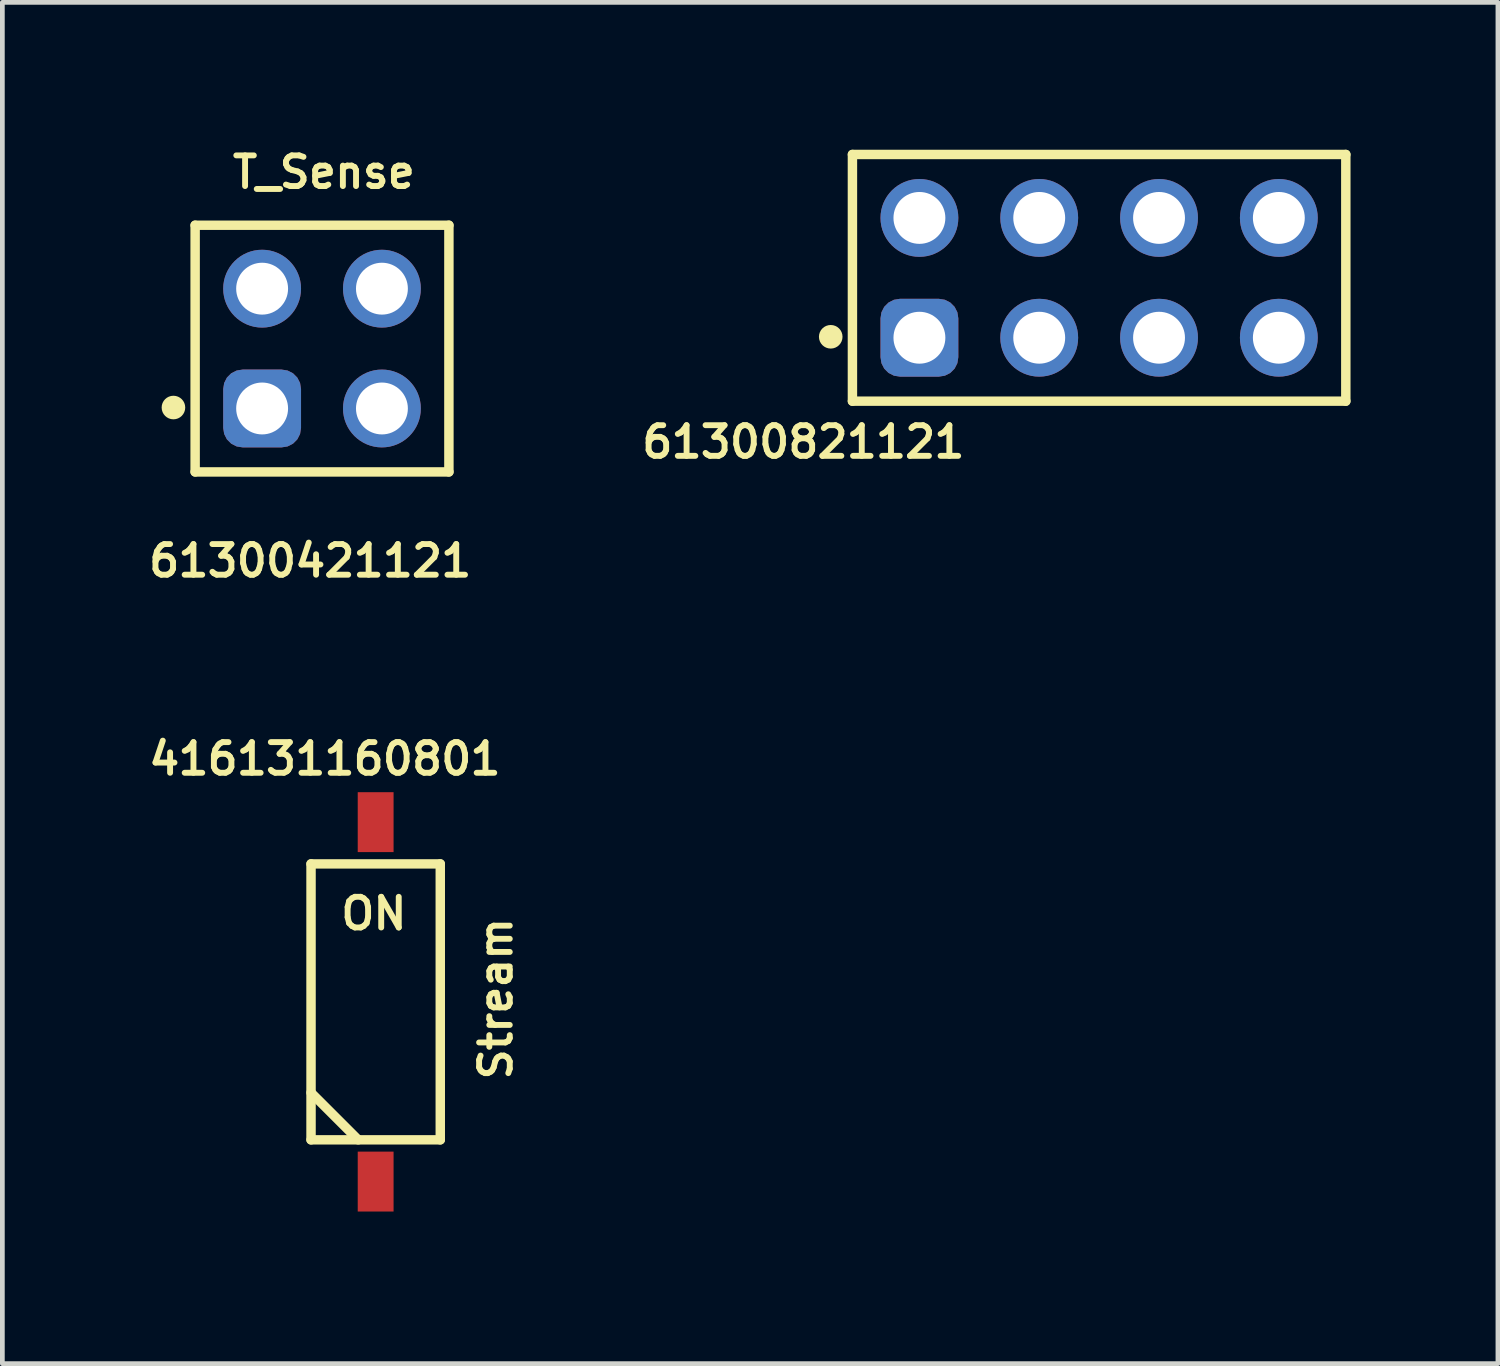
<source format=kicad_pcb>
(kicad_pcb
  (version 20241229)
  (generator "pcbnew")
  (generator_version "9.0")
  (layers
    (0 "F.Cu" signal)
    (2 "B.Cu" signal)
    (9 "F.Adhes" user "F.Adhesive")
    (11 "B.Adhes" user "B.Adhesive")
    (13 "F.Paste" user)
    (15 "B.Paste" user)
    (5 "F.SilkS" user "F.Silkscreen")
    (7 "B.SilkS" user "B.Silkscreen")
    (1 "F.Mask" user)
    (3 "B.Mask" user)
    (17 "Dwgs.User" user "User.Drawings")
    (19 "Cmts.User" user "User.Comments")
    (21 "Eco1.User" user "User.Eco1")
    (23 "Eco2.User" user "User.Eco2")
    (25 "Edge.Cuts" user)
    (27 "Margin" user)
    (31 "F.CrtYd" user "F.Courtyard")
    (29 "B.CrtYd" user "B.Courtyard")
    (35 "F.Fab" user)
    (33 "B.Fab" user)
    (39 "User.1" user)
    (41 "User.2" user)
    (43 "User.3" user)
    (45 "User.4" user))
  (footprint "61300421121"
    (layer "F.Cu")
    (at 3.777 4.34)
    (property "Reference" "61300421121" (at -0.25 4.5 180) (layer "F.SilkS") (effects (font (size 0.65 0.65) (thickness 0.125))))
    (property "Description" "T_Sense" (at 0.04 -3.74 180) (layer "F.SilkS") (effects (font (size 0.65 0.65) (thickness 0.125))))
    (fp_line (start -2.69 -2.615) (end 2.69 -2.615) (stroke (width 0.2) (type solid)) (layer "F.SilkS"))
    (fp_line (start -2.69 2.615) (end -2.69 -2.615) (stroke (width 0.2) (type solid)) (layer "F.SilkS"))
    (fp_line (start -2.69 2.615) (end 2.69 2.615) (stroke (width 0.2) (type solid)) (layer "F.SilkS"))
    (fp_line (start 2.69 2.615) (end 2.69 -2.615) (stroke (width 0.2) (type solid)) (layer "F.SilkS"))
    (fp_circle (center -3.15 1.25) (end -3.15 1.125) (stroke (width 0.25) (type solid)) (fill no) (layer "F.SilkS"))
    (fp_line (start -2.89 -2.815) (end 2.89 -2.815) (stroke (width 0.05) (type solid)) (layer "Eco2.User"))
    (fp_line (start -2.89 2.815) (end -2.89 -2.815) (stroke (width 0.05) (type solid)) (layer "Eco2.User"))
    (fp_line (start -2.89 2.815) (end 2.89 2.815) (stroke (width 0.05) (type solid)) (layer "Eco2.User"))
    (fp_line (start -0.5 0) (end 0.5 0) (stroke (width 0.05) (type solid)) (layer "Eco2.User"))
    (fp_line (start 0 0.5) (end 0 -0.5) (stroke (width 0.05) (type solid)) (layer "Eco2.User"))
    (fp_line (start 2.89 2.815) (end 2.89 -2.815) (stroke (width 0.05) (type solid)) (layer "Eco2.User"))
    (fp_line (start -2.54 -2.54) (end 2.54 -2.54) (stroke (width 0.1) (type solid)) (layer "User.11"))
    (fp_line (start -2.54 2.54) (end -2.54 -2.54) (stroke (width 0.1) (type solid)) (layer "User.11"))
    (fp_line (start -2.54 2.54) (end 2.54 2.54) (stroke (width 0.1) (type solid)) (layer "User.11"))
    (fp_line (start 2.54 2.54) (end 2.54 -2.54) (stroke (width 0.1) (type solid)) (layer "User.11"))
    (fp_text user "${REFERENCE}" (at 0.15 -0.197 0) (unlocked yes) (layer "User.3") (effects (font (size 0.65 0.65) (thickness 0.125))))
    (pad "1" thru_hole roundrect (at -1.27 1.27) (size 1.65 1.65) (drill 1.1) (layers "*.Cu" "*.Mask") (roundrect_rratio 0.25))
    (pad "2" thru_hole circle (at -1.27 -1.27) (size 1.65 1.65) (drill 1.1) (layers "*.Cu" "*.Mask"))
    (pad "3" thru_hole circle (at 1.27 1.27) (size 1.65 1.65) (drill 1.1) (layers "*.Cu" "*.Mask"))
    (pad "4" thru_hole circle (at 1.27 -1.27) (size 1.65 1.65) (drill 1.1) (layers "*.Cu" "*.Mask")))
  (footprint "61300821121"
    (layer "F.Cu")
    (at 20.252 2.84)
    (property "Reference" "61300821121" (at -6.27 3.48 180) (layer "F.SilkS") (effects (font (size 0.65 0.65) (thickness 0.125) (bold yes))))
    (fp_line (start -5.23 -2.615) (end 5.23 -2.615) (stroke (width 0.2) (type solid)) (layer "F.SilkS"))
    (fp_line (start -5.23 2.615) (end -5.23 -2.615) (stroke (width 0.2) (type solid)) (layer "F.SilkS"))
    (fp_line (start -5.23 2.615) (end 5.23 2.615) (stroke (width 0.2) (type solid)) (layer "F.SilkS"))
    (fp_line (start 5.23 2.615) (end 5.23 -2.615) (stroke (width 0.2) (type solid)) (layer "F.SilkS"))
    (fp_circle (center -5.69 1.25) (end -5.69 1.125) (stroke (width 0.25) (type solid)) (fill no) (layer "F.SilkS"))
    (fp_line (start -5.43 -2.815) (end 5.43 -2.815) (stroke (width 0.05) (type solid)) (layer "Eco2.User"))
    (fp_line (start -5.43 2.815) (end -5.43 -2.815) (stroke (width 0.05) (type solid)) (layer "Eco2.User"))
    (fp_line (start -5.43 2.815) (end 5.43 2.815) (stroke (width 0.05) (type solid)) (layer "Eco2.User"))
    (fp_line (start -0.5 0) (end 0.5 0) (stroke (width 0.05) (type solid)) (layer "Eco2.User"))
    (fp_line (start 0 0.5) (end 0 -0.5) (stroke (width 0.05) (type solid)) (layer "Eco2.User"))
    (fp_line (start 5.43 2.815) (end 5.43 -2.815) (stroke (width 0.05) (type solid)) (layer "Eco2.User"))
    (fp_line (start -5.08 -2.54) (end 5.08 -2.54) (stroke (width 0.1) (type solid)) (layer "User.11"))
    (fp_line (start -5.08 2.54) (end -5.08 -2.54) (stroke (width 0.1) (type solid)) (layer "User.11"))
    (fp_line (start -5.08 2.54) (end 5.08 2.54) (stroke (width 0.1) (type solid)) (layer "User.11"))
    (fp_line (start 5.08 2.54) (end 5.08 -2.54) (stroke (width 0.1) (type solid)) (layer "User.11"))
    (fp_text user "${REFERENCE}" (at 0.15 -0.197 0) (unlocked yes) (layer "User.3") (effects (font (size 0.65 0.65) (thickness 0.125))))
    (pad "1" thru_hole roundrect (at -3.81 1.27) (size 1.65 1.65) (drill 1.1) (layers "*.Cu" "*.Mask") (roundrect_rratio 0.25))
    (pad "2" thru_hole circle (at -3.81 -1.27) (size 1.65 1.65) (drill 1.1) (layers "*.Cu" "*.Mask"))
    (pad "3" thru_hole circle (at -1.27 1.27) (size 1.65 1.65) (drill 1.1) (layers "*.Cu" "*.Mask"))
    (pad "4" thru_hole circle (at -1.27 -1.27) (size 1.65 1.65) (drill 1.1) (layers "*.Cu" "*.Mask"))
    (pad "5" thru_hole circle (at 1.27 1.27) (size 1.65 1.65) (drill 1.1) (layers "*.Cu" "*.Mask"))
    (pad "6" thru_hole circle (at 1.27 -1.27) (size 1.65 1.65) (drill 1.1) (layers "*.Cu" "*.Mask"))
    (pad "7" thru_hole circle (at 3.81 1.27) (size 1.65 1.65) (drill 1.1) (layers "*.Cu" "*.Mask"))
    (pad "8" thru_hole circle (at 3.81 -1.27) (size 1.65 1.65) (drill 1.1) (layers "*.Cu" "*.Mask")))
  (footprint "416131160801"
    (layer "F.Cu")
    (at 4.914 18.19)
    (property "Reference" "416131160801" (at -1.077 -5.151 180) (layer "F.SilkS") (effects (font (size 0.65 0.65) (thickness 0.125))))
    (property "Description" "Stream" (at 2.549 -0.068 90) (layer "F.SilkS") (effects (font (size 0.65 0.65) (thickness 0.125))))
    (fp_line (start -1.37 -2.925) (end 1.37 -2.925) (stroke (width 0.2) (type solid)) (layer "F.SilkS"))
    (fp_line (start -1.37 1.925) (end -0.37 2.925) (stroke (width 0.2) (type solid)) (layer "F.SilkS"))
    (fp_line (start -1.37 2.925) (end -1.37 -2.925) (stroke (width 0.2) (type solid)) (layer "F.SilkS"))
    (fp_line (start -1.37 2.925) (end 1.37 2.925) (stroke (width 0.2) (type solid)) (layer "F.SilkS"))
    (fp_line (start 1.37 2.925) (end 1.37 -2.925) (stroke (width 0.2) (type solid)) (layer "F.SilkS"))
    (fp_line (start -1.57 -4.645) (end 1.57 -4.645) (stroke (width 0.05) (type solid)) (layer "Eco2.User"))
    (fp_line (start -1.57 4.645) (end -1.57 -4.645) (stroke (width 0.05) (type solid)) (layer "Eco2.User"))
    (fp_line (start -1.57 4.645) (end 1.57 4.645) (stroke (width 0.05) (type solid)) (layer "Eco2.User"))
    (fp_line (start -0.5 0) (end 0.5 0) (stroke (width 0.05) (type solid)) (layer "Eco2.User"))
    (fp_line (start 0 0.5) (end 0 -0.5) (stroke (width 0.05) (type solid)) (layer "Eco2.User"))
    (fp_line (start 1.57 4.645) (end 1.57 -4.645) (stroke (width 0.05) (type solid)) (layer "Eco2.User"))
    (fp_line (start -1.22 -2.9) (end 1.22 -2.9) (stroke (width 0.1) (type solid)) (layer "User.11"))
    (fp_line (start -1.22 1.9) (end -0.22 2.9) (stroke (width 0.1) (type solid)) (layer "User.11"))
    (fp_line (start -1.22 2.9) (end -1.22 -2.9) (stroke (width 0.1) (type solid)) (layer "User.11"))
    (fp_line (start -1.22 2.9) (end 1.22 2.9) (stroke (width 0.1) (type solid)) (layer "User.11"))
    (fp_line (start -0.225 -4.32) (end 0.225 -4.32) (stroke (width 0.1) (type solid)) (layer "User.11"))
    (fp_line (start -0.225 -2.9) (end -0.225 -4.32) (stroke (width 0.1) (type solid)) (layer "User.11"))
    (fp_line (start -0.225 4.32) (end -0.225 2.9) (stroke (width 0.1) (type solid)) (layer "User.11"))
    (fp_line (start -0.225 4.32) (end 0.225 4.32) (stroke (width 0.1) (type solid)) (layer "User.11"))
    (fp_line (start 0.225 -2.9) (end 0.225 -4.32) (stroke (width 0.1) (type solid)) (layer "User.11"))
    (fp_line (start 0.225 4.32) (end 0.225 2.9) (stroke (width 0.1) (type solid)) (layer "User.11"))
    (fp_line (start 1.22 2.9) (end 1.22 -2.9) (stroke (width 0.1) (type solid)) (layer "User.11"))
    (fp_text user "ON" (at -0.8 -1.491 0) (unlocked yes) (layer "F.SilkS") (effects (font (size 0.65 0.65) (thickness 0.125)) (justify left bottom)))
    (fp_text user "${REFERENCE}" (at 0.1 -0.131 0) (unlocked yes) (layer "Eco2.User") (effects (font (size 0.65 0.65) (thickness 0.125))))
    (fp_text user "ON" (at -0.8 -1.491 0) (unlocked yes) (layer "User.11") (effects (font (size 0.889 0.889) (thickness 0.127)) (justify left bottom)))
    (pad "1" smd rect (at 0 3.81) (size 0.76 1.27) (layers "F.Cu" "F.Mask" "F.Paste"))
    (pad "2" smd rect (at 0 -3.81) (size 0.76 1.27) (layers "F.Cu" "F.Mask" "F.Paste")))
  (gr_rect
    (start -3 -3)
    (end 28.707 25.86)
    (stroke (width 0.1) (type default))
    (fill no)
    (layer "Edge.Cuts")))
</source>
